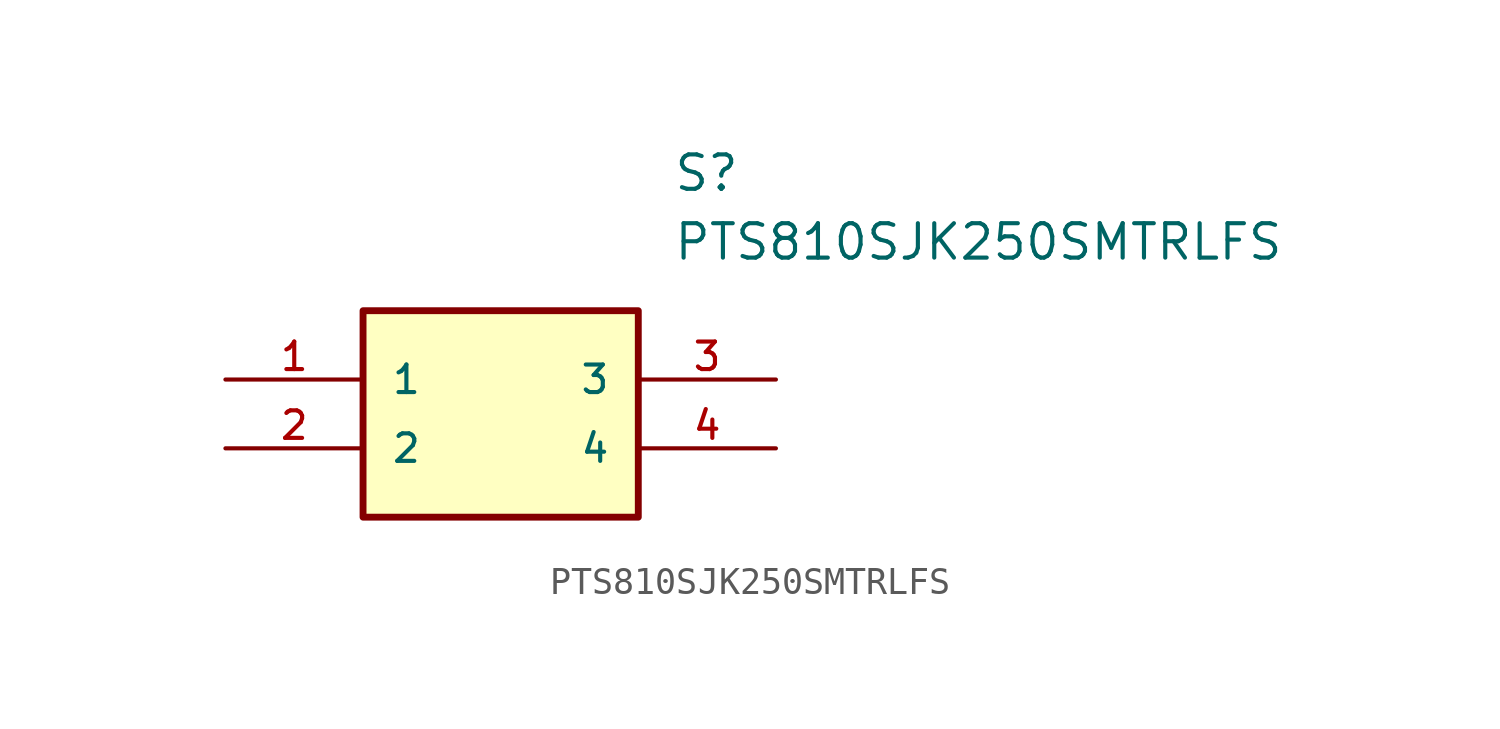
<source format=kicad_sym>
(kicad_symbol_lib
  (version 20211014)
  (generator kicad_symbol_editor)
  (symbol "PTS810SJK250SMTRLFS"
    (pin_names
      (offset 1.016))
    (property "Reference" "S"
      (at 16.51 7.62 0)
      (effects (font (size 1.27 1.27)) (justify left)))
    (property "Value" "PTS810SJK250SMTRLFS"
      (at 16.51 5.08 0)
      (effects (font (size 1.27 1.27)) (justify left)))
    (symbol "PTS810SJK250SMTRLFS_0_0"
      (rectangle (start 5.08 -5.08) (end 15.24 2.54) (stroke (width 0.254)) (fill (type background)))
      (pin bidirectional line (at 0.0 0.0 0) (length 5.08) (name "1" (effects (font (size 1.016 1.016)))) (number "1" (effects (font (size 1.016 1.016)))))
      (pin bidirectional line (at 0.0 -2.54 0) (length 5.08) (name "2" (effects (font (size 1.016 1.016)))) (number "2" (effects (font (size 1.016 1.016)))))
      (pin bidirectional line (at 20.32 0.0 180.0) (length 5.08) (name "3" (effects (font (size 1.016 1.016)))) (number "3" (effects (font (size 1.016 1.016)))))
      (pin bidirectional line (at 20.32 -2.54 180.0) (length 5.08) (name "4" (effects (font (size 1.016 1.016)))) (number "4" (effects (font (size 1.016 1.016))))))))
</source>
